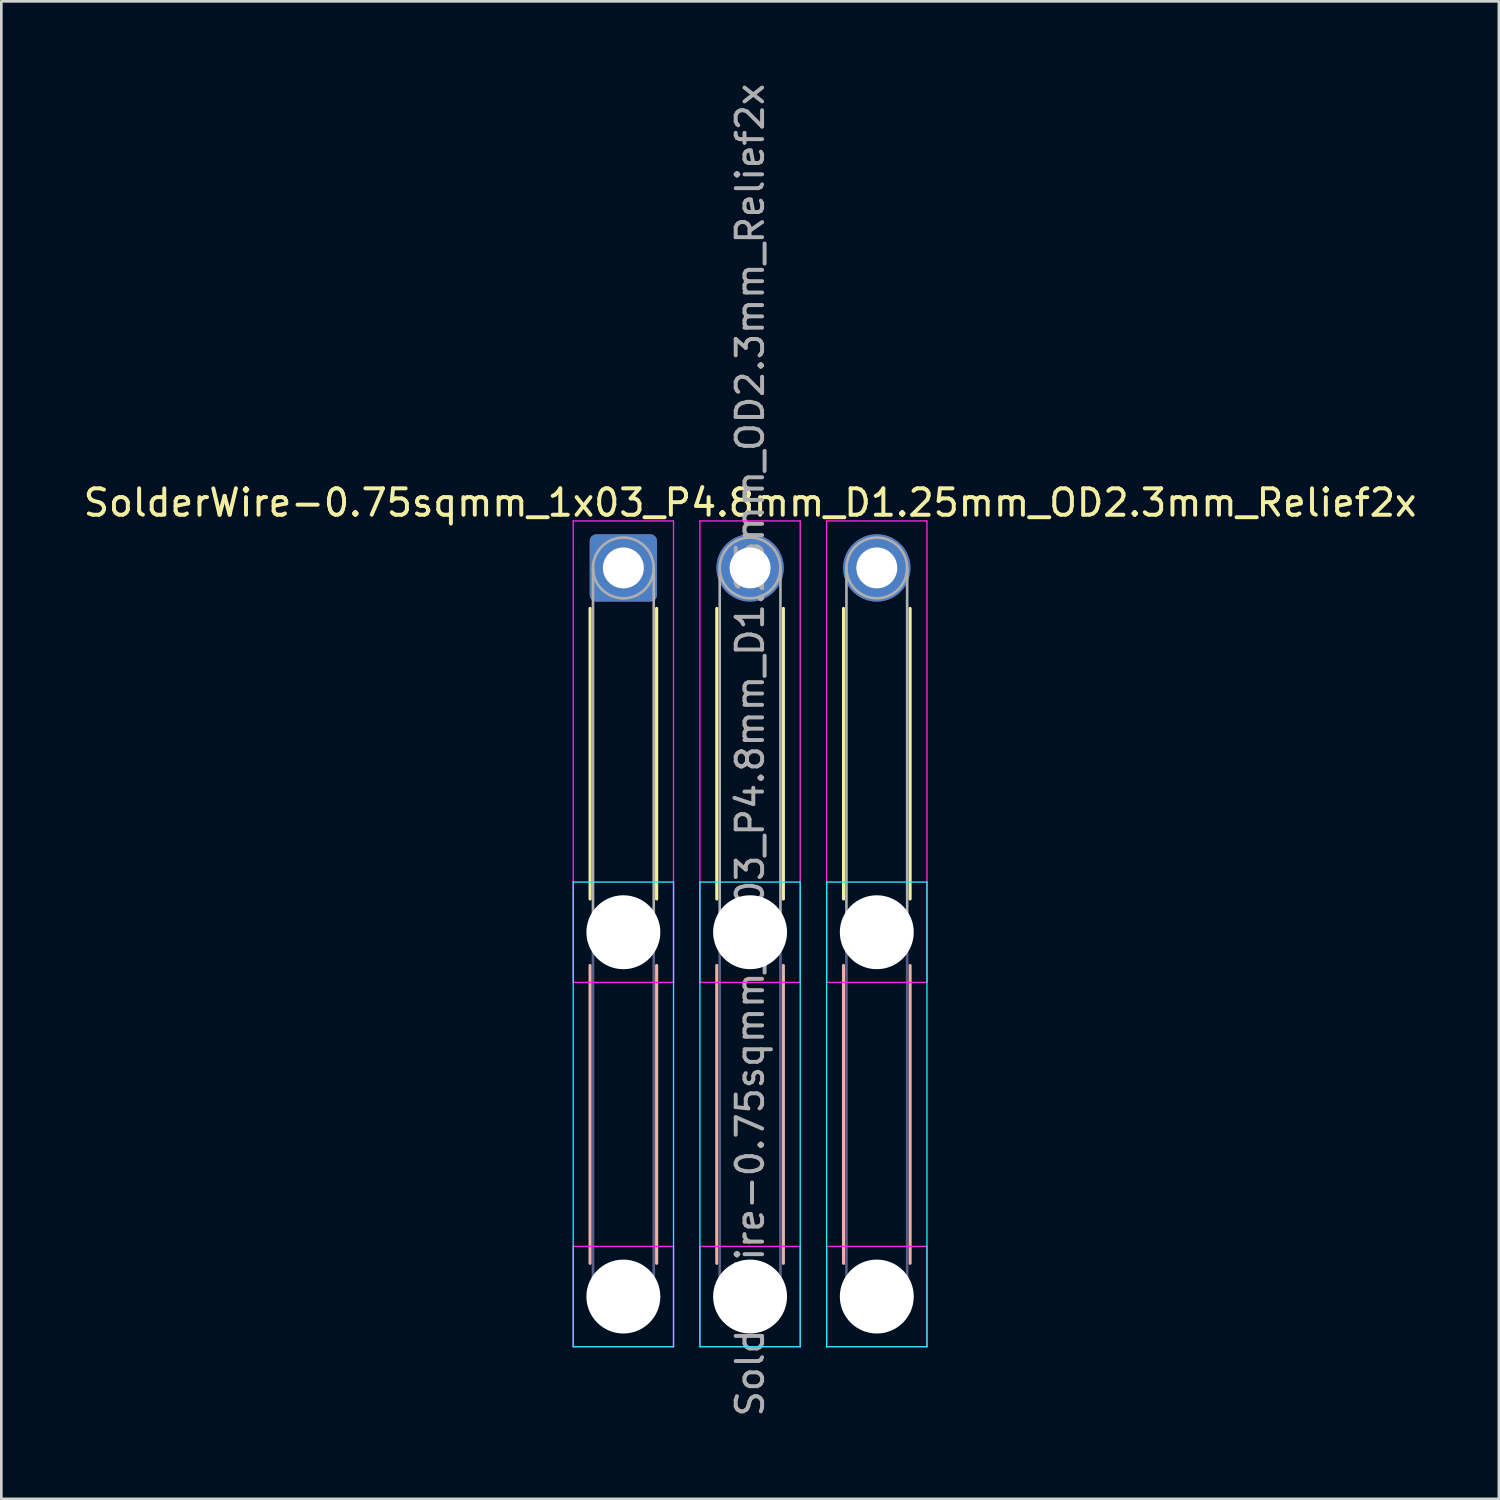
<source format=kicad_pcb>
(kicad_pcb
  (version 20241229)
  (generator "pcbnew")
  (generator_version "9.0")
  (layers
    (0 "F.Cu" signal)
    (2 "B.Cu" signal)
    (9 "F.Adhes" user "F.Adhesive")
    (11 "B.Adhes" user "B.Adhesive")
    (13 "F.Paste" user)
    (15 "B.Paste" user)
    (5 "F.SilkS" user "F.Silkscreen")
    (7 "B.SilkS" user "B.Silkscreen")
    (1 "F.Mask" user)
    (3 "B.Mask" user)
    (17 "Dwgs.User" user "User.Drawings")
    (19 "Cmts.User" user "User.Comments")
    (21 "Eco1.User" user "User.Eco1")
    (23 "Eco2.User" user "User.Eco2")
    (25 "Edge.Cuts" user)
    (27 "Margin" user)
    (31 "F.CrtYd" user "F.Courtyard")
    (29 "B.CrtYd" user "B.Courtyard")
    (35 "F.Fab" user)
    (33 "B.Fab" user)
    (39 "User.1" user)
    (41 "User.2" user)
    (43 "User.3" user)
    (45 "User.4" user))
  (footprint "SolderWire-0.75sqmm_1x03_P4.8mm_D1.25mm_OD2.3mm_Relief2x"
    (layer "F.Cu")
    (at 20.563 18.463)
    (property "Reference" "SolderWire-0.75sqmm_1x03_P4.8mm_D1.25mm_OD2.3mm_Relief2x" (at 4.8 -2.47 0) (layer "F.SilkS") (effects (font (size 1 1) (thickness 0.15))))
    (attr exclude_from_pos_files exclude_from_bom)
    (fp_line (start -1.26 1.535) (end -1.26 12.54) (stroke (width 0.12) (type solid)) (layer "F.SilkS"))
    (fp_line (start 1.26 1.535) (end 1.26 12.54) (stroke (width 0.12) (type solid)) (layer "F.SilkS"))
    (fp_line (start 3.54 1.535) (end 3.54 12.54) (stroke (width 0.12) (type solid)) (layer "F.SilkS"))
    (fp_line (start 6.06 1.535) (end 6.06 12.54) (stroke (width 0.12) (type solid)) (layer "F.SilkS"))
    (fp_line (start 8.34 1.535) (end 8.34 12.54) (stroke (width 0.12) (type solid)) (layer "F.SilkS"))
    (fp_line (start 10.86 1.535) (end 10.86 12.54) (stroke (width 0.12) (type solid)) (layer "F.SilkS"))
    (fp_line (start -1.26 15.06) (end -1.26 26.34) (stroke (width 0.12) (type solid)) (layer "B.SilkS"))
    (fp_line (start 1.26 15.06) (end 1.26 26.34) (stroke (width 0.12) (type solid)) (layer "B.SilkS"))
    (fp_line (start 3.54 15.06) (end 3.54 26.34) (stroke (width 0.12) (type solid)) (layer "B.SilkS"))
    (fp_line (start 6.06 15.06) (end 6.06 26.34) (stroke (width 0.12) (type solid)) (layer "B.SilkS"))
    (fp_line (start 8.34 15.06) (end 8.34 26.34) (stroke (width 0.12) (type solid)) (layer "B.SilkS"))
    (fp_line (start 10.86 15.06) (end 10.86 26.34) (stroke (width 0.12) (type solid)) (layer "B.SilkS"))
    (fp_line (start -1.9 11.9) (end -1.9 29.5) (stroke (width 0.05) (type solid)) (layer "B.CrtYd"))
    (fp_line (start -1.9 29.5) (end 1.9 29.5) (stroke (width 0.05) (type solid)) (layer "B.CrtYd"))
    (fp_line (start 1.9 11.9) (end -1.9 11.9) (stroke (width 0.05) (type solid)) (layer "B.CrtYd"))
    (fp_line (start 1.9 29.5) (end 1.9 11.9) (stroke (width 0.05) (type solid)) (layer "B.CrtYd"))
    (fp_line (start 2.9 11.9) (end 2.9 29.5) (stroke (width 0.05) (type solid)) (layer "B.CrtYd"))
    (fp_line (start 2.9 29.5) (end 6.7 29.5) (stroke (width 0.05) (type solid)) (layer "B.CrtYd"))
    (fp_line (start 6.7 11.9) (end 2.9 11.9) (stroke (width 0.05) (type solid)) (layer "B.CrtYd"))
    (fp_line (start 6.7 29.5) (end 6.7 11.9) (stroke (width 0.05) (type solid)) (layer "B.CrtYd"))
    (fp_line (start 7.7 11.9) (end 7.7 29.5) (stroke (width 0.05) (type solid)) (layer "B.CrtYd"))
    (fp_line (start 7.7 29.5) (end 11.5 29.5) (stroke (width 0.05) (type solid)) (layer "B.CrtYd"))
    (fp_line (start 11.5 11.9) (end 7.7 11.9) (stroke (width 0.05) (type solid)) (layer "B.CrtYd"))
    (fp_line (start 11.5 29.5) (end 11.5 11.9) (stroke (width 0.05) (type solid)) (layer "B.CrtYd"))
    (fp_line (start -1.9 -1.78) (end -1.9 15.7) (stroke (width 0.05) (type solid)) (layer "F.CrtYd"))
    (fp_line (start -1.9 15.7) (end 1.9 15.7) (stroke (width 0.05) (type solid)) (layer "F.CrtYd"))
    (fp_line (start -1.9 25.7) (end -1.9 29.5) (stroke (width 0.05) (type solid)) (layer "F.CrtYd"))
    (fp_line (start -1.9 29.5) (end 1.9 29.5) (stroke (width 0.05) (type solid)) (layer "F.CrtYd"))
    (fp_line (start 1.9 -1.78) (end -1.9 -1.78) (stroke (width 0.05) (type solid)) (layer "F.CrtYd"))
    (fp_line (start 1.9 15.7) (end 1.9 -1.78) (stroke (width 0.05) (type solid)) (layer "F.CrtYd"))
    (fp_line (start 1.9 25.7) (end -1.9 25.7) (stroke (width 0.05) (type solid)) (layer "F.CrtYd"))
    (fp_line (start 1.9 29.5) (end 1.9 25.7) (stroke (width 0.05) (type solid)) (layer "F.CrtYd"))
    (fp_line (start 2.9 -1.78) (end 2.9 15.7) (stroke (width 0.05) (type solid)) (layer "F.CrtYd"))
    (fp_line (start 2.9 15.7) (end 6.7 15.7) (stroke (width 0.05) (type solid)) (layer "F.CrtYd"))
    (fp_line (start 2.9 25.7) (end 2.9 29.5) (stroke (width 0.05) (type solid)) (layer "F.CrtYd"))
    (fp_line (start 2.9 29.5) (end 6.7 29.5) (stroke (width 0.05) (type solid)) (layer "F.CrtYd"))
    (fp_line (start 6.7 -1.78) (end 2.9 -1.78) (stroke (width 0.05) (type solid)) (layer "F.CrtYd"))
    (fp_line (start 6.7 15.7) (end 6.7 -1.78) (stroke (width 0.05) (type solid)) (layer "F.CrtYd"))
    (fp_line (start 6.7 25.7) (end 2.9 25.7) (stroke (width 0.05) (type solid)) (layer "F.CrtYd"))
    (fp_line (start 6.7 29.5) (end 6.7 25.7) (stroke (width 0.05) (type solid)) (layer "F.CrtYd"))
    (fp_line (start 7.7 -1.78) (end 7.7 15.7) (stroke (width 0.05) (type solid)) (layer "F.CrtYd"))
    (fp_line (start 7.7 15.7) (end 11.5 15.7) (stroke (width 0.05) (type solid)) (layer "F.CrtYd"))
    (fp_line (start 7.7 25.7) (end 7.7 29.5) (stroke (width 0.05) (type solid)) (layer "F.CrtYd"))
    (fp_line (start 7.7 29.5) (end 11.5 29.5) (stroke (width 0.05) (type solid)) (layer "F.CrtYd"))
    (fp_line (start 11.5 -1.78) (end 7.7 -1.78) (stroke (width 0.05) (type solid)) (layer "F.CrtYd"))
    (fp_line (start 11.5 15.7) (end 11.5 -1.78) (stroke (width 0.05) (type solid)) (layer "F.CrtYd"))
    (fp_line (start 11.5 25.7) (end 7.7 25.7) (stroke (width 0.05) (type solid)) (layer "F.CrtYd"))
    (fp_line (start 11.5 29.5) (end 11.5 25.7) (stroke (width 0.05) (type solid)) (layer "F.CrtYd"))
    (fp_line (start -1.15 13.8) (end -1.15 27.6) (stroke (width 0.1) (type solid)) (layer "B.Fab"))
    (fp_line (start 1.15 13.8) (end 1.15 27.6) (stroke (width 0.1) (type solid)) (layer "B.Fab"))
    (fp_line (start 3.65 13.8) (end 3.65 27.6) (stroke (width 0.1) (type solid)) (layer "B.Fab"))
    (fp_line (start 5.95 13.8) (end 5.95 27.6) (stroke (width 0.1) (type solid)) (layer "B.Fab"))
    (fp_line (start 8.45 13.8) (end 8.45 27.6) (stroke (width 0.1) (type solid)) (layer "B.Fab"))
    (fp_line (start 10.75 13.8) (end 10.75 27.6) (stroke (width 0.1) (type solid)) (layer "B.Fab"))
    (fp_circle (center 0 13.8) (end 1.15 13.8) (stroke (width 0.1) (type solid)) (fill no) (layer "B.Fab"))
    (fp_circle (center 0 27.6) (end 1.15 27.6) (stroke (width 0.1) (type solid)) (fill no) (layer "B.Fab"))
    (fp_circle (center 4.8 13.8) (end 5.95 13.8) (stroke (width 0.1) (type solid)) (fill no) (layer "B.Fab"))
    (fp_circle (center 4.8 27.6) (end 5.95 27.6) (stroke (width 0.1) (type solid)) (fill no) (layer "B.Fab"))
    (fp_circle (center 9.6 13.8) (end 10.75 13.8) (stroke (width 0.1) (type solid)) (fill no) (layer "B.Fab"))
    (fp_circle (center 9.6 27.6) (end 10.75 27.6) (stroke (width 0.1) (type solid)) (fill no) (layer "B.Fab"))
    (fp_line (start -1.15 0) (end -1.15 13.8) (stroke (width 0.1) (type solid)) (layer "F.Fab"))
    (fp_line (start 1.15 0) (end 1.15 13.8) (stroke (width 0.1) (type solid)) (layer "F.Fab"))
    (fp_line (start 3.65 0) (end 3.65 13.8) (stroke (width 0.1) (type solid)) (layer "F.Fab"))
    (fp_line (start 5.95 0) (end 5.95 13.8) (stroke (width 0.1) (type solid)) (layer "F.Fab"))
    (fp_line (start 8.45 0) (end 8.45 13.8) (stroke (width 0.1) (type solid)) (layer "F.Fab"))
    (fp_line (start 10.75 0) (end 10.75 13.8) (stroke (width 0.1) (type solid)) (layer "F.Fab"))
    (fp_circle (center 0 0) (end 1.15 0) (stroke (width 0.1) (type solid)) (fill no) (layer "F.Fab"))
    (fp_circle (center 0 13.8) (end 1.15 13.8) (stroke (width 0.1) (type solid)) (fill no) (layer "F.Fab"))
    (fp_circle (center 0 27.6) (end 1.15 27.6) (stroke (width 0.1) (type solid)) (fill no) (layer "F.Fab"))
    (fp_circle (center 4.8 0) (end 5.95 0) (stroke (width 0.1) (type solid)) (fill no) (layer "F.Fab"))
    (fp_circle (center 4.8 13.8) (end 5.95 13.8) (stroke (width 0.1) (type solid)) (fill no) (layer "F.Fab"))
    (fp_circle (center 4.8 27.6) (end 5.95 27.6) (stroke (width 0.1) (type solid)) (fill no) (layer "F.Fab"))
    (fp_circle (center 9.6 0) (end 10.75 0) (stroke (width 0.1) (type solid)) (fill no) (layer "F.Fab"))
    (fp_circle (center 9.6 13.8) (end 10.75 13.8) (stroke (width 0.1) (type solid)) (fill no) (layer "F.Fab"))
    (fp_circle (center 9.6 27.6) (end 10.75 27.6) (stroke (width 0.1) (type solid)) (fill no) (layer "F.Fab"))
    (fp_text user "${REFERENCE}" (at 4.8 6.9 90) (layer "F.Fab") (effects (font (size 1 1) (thickness 0.15))))
    (pad "" np_thru_hole circle (at 0 13.8) (size 2.8 2.8) (drill 2.8) (layers "*.Cu" "*.Mask"))
    (pad "" np_thru_hole circle (at 0 27.6) (size 2.8 2.8) (drill 2.8) (layers "*.Cu" "*.Mask"))
    (pad "" np_thru_hole circle (at 4.8 13.8) (size 2.8 2.8) (drill 2.8) (layers "*.Cu" "*.Mask"))
    (pad "" np_thru_hole circle (at 4.8 27.6) (size 2.8 2.8) (drill 2.8) (layers "*.Cu" "*.Mask"))
    (pad "" np_thru_hole circle (at 9.6 13.8) (size 2.8 2.8) (drill 2.8) (layers "*.Cu" "*.Mask"))
    (pad "" np_thru_hole circle (at 9.6 27.6) (size 2.8 2.8) (drill 2.8) (layers "*.Cu" "*.Mask"))
    (pad "1" thru_hole roundrect (at 0 0) (size 2.55 2.55) (drill 1.55) (layers "*.Cu" "*.Mask") (roundrect_rratio 0.098))
    (pad "2" thru_hole circle (at 4.8 0) (size 2.55 2.55) (drill 1.55) (layers "*.Cu" "*.Mask"))
    (pad "3" thru_hole circle (at 9.6 0) (size 2.55 2.55) (drill 1.55) (layers "*.Cu" "*.Mask")))
  (gr_rect
    (start -3 -3)
    (end 53.726 53.726)
    (stroke (width 0.1) (type default))
    (fill no)
    (layer "Edge.Cuts")))
</source>
